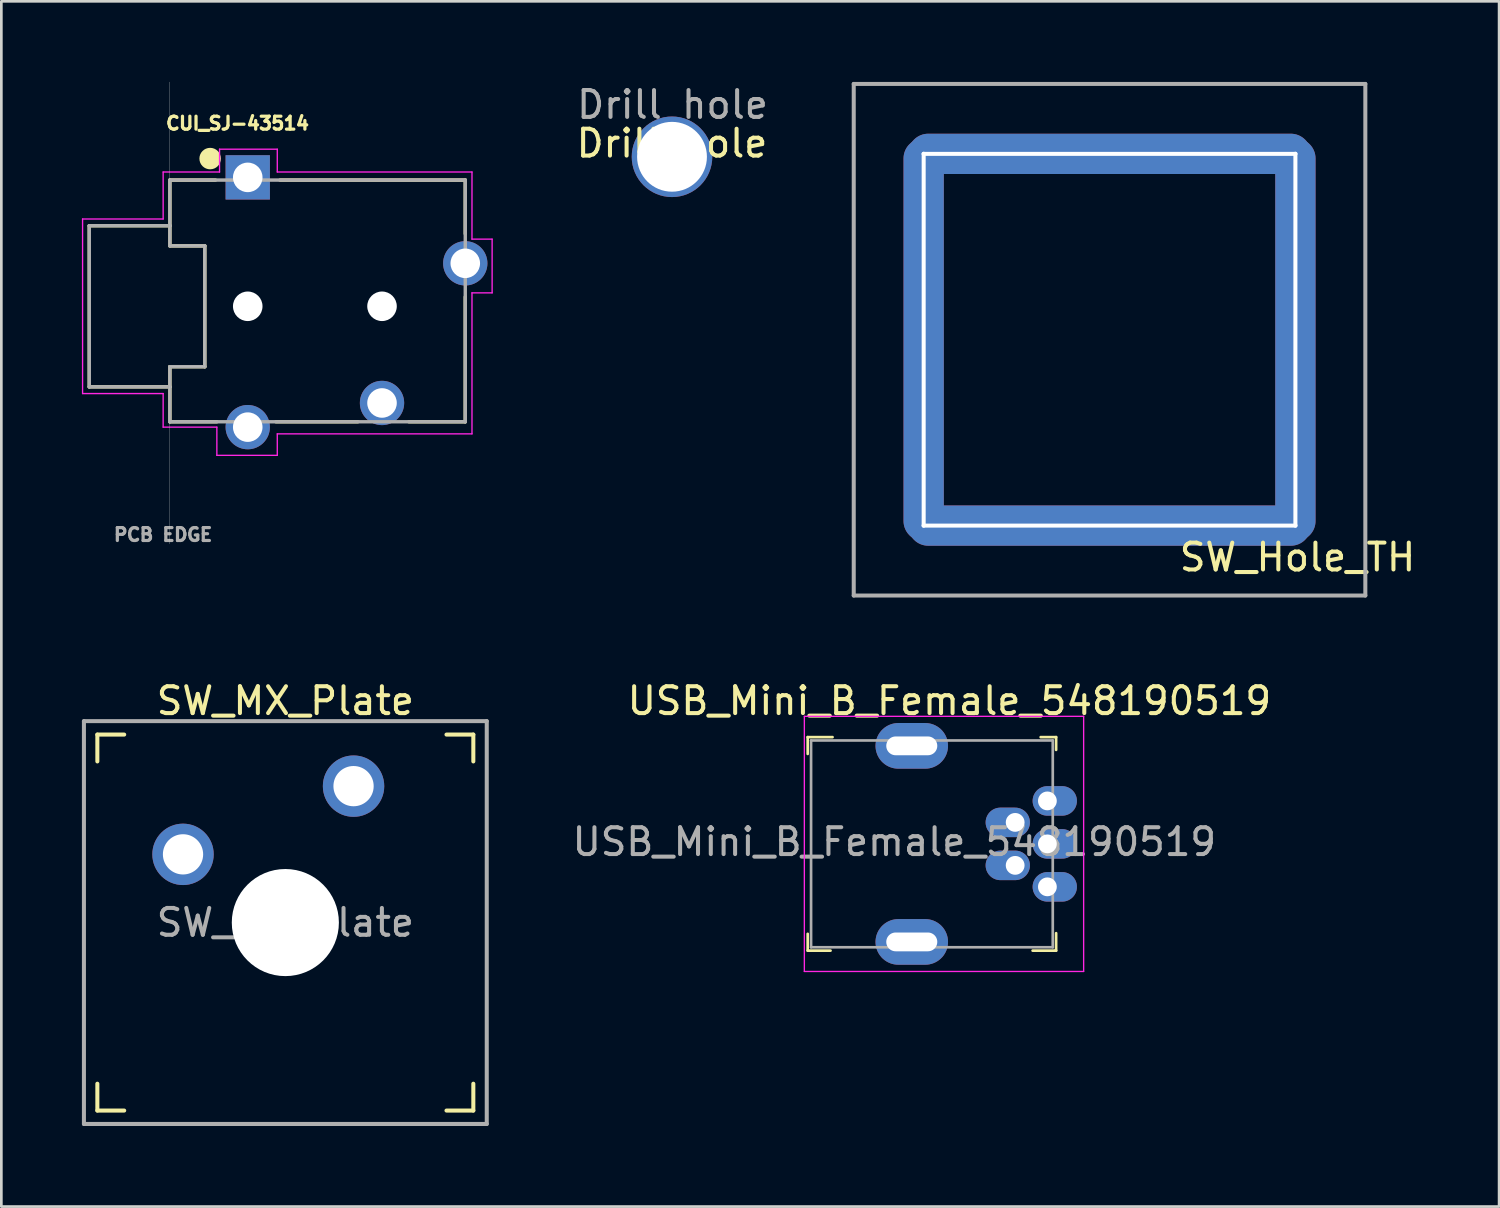
<source format=kicad_pcb>
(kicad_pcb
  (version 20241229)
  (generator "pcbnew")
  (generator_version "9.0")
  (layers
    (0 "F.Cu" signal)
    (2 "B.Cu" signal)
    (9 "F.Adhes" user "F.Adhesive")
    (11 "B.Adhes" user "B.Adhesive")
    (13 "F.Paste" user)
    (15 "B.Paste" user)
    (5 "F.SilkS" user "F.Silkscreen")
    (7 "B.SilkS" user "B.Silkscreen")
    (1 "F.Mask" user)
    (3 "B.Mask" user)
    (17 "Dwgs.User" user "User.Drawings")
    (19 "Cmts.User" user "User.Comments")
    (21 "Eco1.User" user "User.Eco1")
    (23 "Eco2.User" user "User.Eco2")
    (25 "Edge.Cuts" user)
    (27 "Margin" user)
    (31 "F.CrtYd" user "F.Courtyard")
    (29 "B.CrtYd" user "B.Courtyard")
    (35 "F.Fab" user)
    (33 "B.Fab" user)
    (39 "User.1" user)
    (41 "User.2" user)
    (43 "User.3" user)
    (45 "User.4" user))
  (footprint "SW_Hole_TH"
    (layer "F.Cu")
    (at 38.265 9.6)
    (property "Reference" "SW_Hole_TH" (at 7 8.1 0) (layer "F.SilkS") (effects (font (size 1 1) (thickness 0.15))))
    (attr through_hole)
    (fp_line (start -9.525 -9.525) (end -9.525 9.525) (stroke (width 0.15) (type solid)) (layer "F.Fab"))
    (fp_line (start -9.525 9.525) (end 9.525 9.525) (stroke (width 0.15) (type solid)) (layer "F.Fab"))
    (fp_line (start 9.525 -9.525) (end -9.525 -9.525) (stroke (width 0.15) (type solid)) (layer "F.Fab"))
    (fp_line (start 9.525 9.525) (end 9.525 -9.525) (stroke (width 0.15) (type solid)) (layer "F.Fab"))
    (pad "" np_thru_hole oval (at -6.921 0) (size 1.5 15) (drill oval 0.15 14) (layers "*.Cu"))
    (pad "" np_thru_hole oval (at 0 -6.921 90) (size 1.5 15) (drill oval 0.15 14) (layers "*.Cu"))
    (pad "" np_thru_hole oval (at 0 6.921 90) (size 1.5 15) (drill oval 0.15 14) (layers "*.Cu"))
    (pad "" np_thru_hole oval (at 6.921 0) (size 1.5 15) (drill oval 0.15 14) (layers "*.Cu")))
  (footprint "CUI_SJ-43514"
    (layer "F.Cu")
    (at 8.775 8.355)
    (property "Reference" "CUI_SJ-43514" (at -2.98 -6.813 0) (layer "F.SilkS") (effects (font (size 0.481 0.481) (thickness 0.15))))
    (attr through_hole)
    (fp_line (start -8.5 -3) (end -5.5 -3) (stroke (width 0.127) (type solid)) (layer "F.SilkS"))
    (fp_line (start -8.5 3) (end -8.5 -3) (stroke (width 0.127) (type solid)) (layer "F.SilkS"))
    (fp_line (start -5.5 -4.7) (end -5.5 -3) (stroke (width 0.127) (type solid)) (layer "F.SilkS"))
    (fp_line (start -5.5 -3) (end -5.5 -2.25) (stroke (width 0.127) (type solid)) (layer "F.SilkS"))
    (fp_line (start -5.5 -2.25) (end -4.2 -2.25) (stroke (width 0.127) (type solid)) (layer "F.SilkS"))
    (fp_line (start -5.5 2.25) (end -5.5 3) (stroke (width 0.127) (type solid)) (layer "F.SilkS"))
    (fp_line (start -5.5 3) (end -8.5 3) (stroke (width 0.127) (type solid)) (layer "F.SilkS"))
    (fp_line (start -5.5 3) (end -5.5 4.3) (stroke (width 0.127) (type solid)) (layer "F.SilkS"))
    (fp_line (start -5.5 4.3) (end -3.75 4.3) (stroke (width 0.127) (type solid)) (layer "F.SilkS"))
    (fp_line (start -4.2 -2.25) (end -4.2 2.25) (stroke (width 0.127) (type solid)) (layer "F.SilkS"))
    (fp_line (start -4.2 2.25) (end -5.5 2.25) (stroke (width 0.127) (type solid)) (layer "F.SilkS"))
    (fp_line (start -3.8 -4.7) (end -5.5 -4.7) (stroke (width 0.127) (type solid)) (layer "F.SilkS"))
    (fp_line (start -1.4 -4.7) (end 5.5 -4.7) (stroke (width 0.127) (type solid)) (layer "F.SilkS"))
    (fp_line (start 1.5 4.3) (end -1.55 4.3) (stroke (width 0.127) (type solid)) (layer "F.SilkS"))
    (fp_line (start 5.5 -4.7) (end 5.5 -2.7) (stroke (width 0.127) (type solid)) (layer "F.SilkS"))
    (fp_line (start 5.5 -0.35) (end 5.5 4.3) (stroke (width 0.127) (type solid)) (layer "F.SilkS"))
    (fp_line (start 5.5 4.3) (end 3.4 4.3) (stroke (width 0.127) (type solid)) (layer "F.SilkS"))
    (fp_circle (center -4 -5.5) (end -3.8 -5.5) (stroke (width 0.4) (type solid)) (fill no) (layer "F.SilkS"))
    (fp_line (start -5.5 -8.35) (end -5.5 -2.25) (stroke (width 0.01) (type solid)) (layer "Edge.Cuts"))
    (fp_line (start -5.5 -2.25) (end -4.2 -2.25) (stroke (width 0.01) (type solid)) (layer "Edge.Cuts"))
    (fp_line (start -5.5 2.25) (end -5.5 8.85) (stroke (width 0.01) (type solid)) (layer "Edge.Cuts"))
    (fp_line (start -4.2 -2.25) (end -4.2 2.25) (stroke (width 0.01) (type solid)) (layer "Edge.Cuts"))
    (fp_line (start -4.2 2.25) (end -5.5 2.25) (stroke (width 0.01) (type solid)) (layer "Edge.Cuts"))
    (fp_line (start -8.75 -3.25) (end -5.75 -3.25) (stroke (width 0.05) (type solid)) (layer "F.CrtYd"))
    (fp_line (start -8.75 3.25) (end -8.75 -3.25) (stroke (width 0.05) (type solid)) (layer "F.CrtYd"))
    (fp_line (start -5.75 -5) (end -3.65 -5) (stroke (width 0.05) (type solid)) (layer "F.CrtYd"))
    (fp_line (start -5.75 -3.25) (end -5.75 -5) (stroke (width 0.05) (type solid)) (layer "F.CrtYd"))
    (fp_line (start -5.75 3.25) (end -8.75 3.25) (stroke (width 0.05) (type solid)) (layer "F.CrtYd"))
    (fp_line (start -5.75 4.5) (end -5.75 3.25) (stroke (width 0.05) (type solid)) (layer "F.CrtYd"))
    (fp_line (start -3.75 4.5) (end -5.75 4.5) (stroke (width 0.05) (type solid)) (layer "F.CrtYd"))
    (fp_line (start -3.75 5.55) (end -3.75 4.5) (stroke (width 0.05) (type solid)) (layer "F.CrtYd"))
    (fp_line (start -3.65 -5.85) (end -1.5 -5.85) (stroke (width 0.05) (type solid)) (layer "F.CrtYd"))
    (fp_line (start -3.65 -5) (end -3.65 -5.85) (stroke (width 0.05) (type solid)) (layer "F.CrtYd"))
    (fp_line (start -1.5 -5.85) (end -1.5 -5) (stroke (width 0.05) (type solid)) (layer "F.CrtYd"))
    (fp_line (start -1.5 -5) (end 5.75 -5) (stroke (width 0.05) (type solid)) (layer "F.CrtYd"))
    (fp_line (start -1.5 4.75) (end -1.5 5.55) (stroke (width 0.05) (type solid)) (layer "F.CrtYd"))
    (fp_line (start -1.5 5.55) (end -3.75 5.55) (stroke (width 0.05) (type solid)) (layer "F.CrtYd"))
    (fp_line (start 5.75 -5) (end 5.75 -2.5) (stroke (width 0.05) (type solid)) (layer "F.CrtYd"))
    (fp_line (start 5.75 -2.5) (end 6.5 -2.5) (stroke (width 0.05) (type solid)) (layer "F.CrtYd"))
    (fp_line (start 5.75 -0.5) (end 5.75 4.75) (stroke (width 0.05) (type solid)) (layer "F.CrtYd"))
    (fp_line (start 5.75 4.75) (end -1.5 4.75) (stroke (width 0.05) (type solid)) (layer "F.CrtYd"))
    (fp_line (start 6.5 -2.5) (end 6.5 -0.5) (stroke (width 0.05) (type solid)) (layer "F.CrtYd"))
    (fp_line (start 6.5 -0.5) (end 5.75 -0.5) (stroke (width 0.05) (type solid)) (layer "F.CrtYd"))
    (fp_line (start -8.5 -3) (end -8.5 3) (stroke (width 0.127) (type solid)) (layer "F.Fab"))
    (fp_line (start -8.5 3) (end -5.5 3) (stroke (width 0.127) (type solid)) (layer "F.Fab"))
    (fp_line (start -5.5 -4.7) (end -5.5 -3) (stroke (width 0.127) (type solid)) (layer "F.Fab"))
    (fp_line (start -5.5 -4.7) (end 5.5 -4.7) (stroke (width 0.127) (type solid)) (layer "F.Fab"))
    (fp_line (start -5.5 -3) (end -8.5 -3) (stroke (width 0.127) (type solid)) (layer "F.Fab"))
    (fp_line (start -5.5 -3) (end -5.5 -2.25) (stroke (width 0.127) (type solid)) (layer "F.Fab"))
    (fp_line (start -5.5 -2.25) (end -4.2 -2.25) (stroke (width 0.127) (type solid)) (layer "F.Fab"))
    (fp_line (start -5.5 2.25) (end -5.5 3) (stroke (width 0.127) (type solid)) (layer "F.Fab"))
    (fp_line (start -5.5 3) (end -5.5 4.3) (stroke (width 0.127) (type solid)) (layer "F.Fab"))
    (fp_line (start -5.5 4.3) (end 5.5 4.3) (stroke (width 0.127) (type solid)) (layer "F.Fab"))
    (fp_line (start -4.2 -2.25) (end -4.2 2.25) (stroke (width 0.127) (type solid)) (layer "F.Fab"))
    (fp_line (start -4.2 2.25) (end -5.5 2.25) (stroke (width 0.127) (type solid)) (layer "F.Fab"))
    (fp_line (start 5.5 -4.7) (end 5.5 4.3) (stroke (width 0.127) (type solid)) (layer "F.Fab"))
    (fp_text user "PCB EDGE" (at -5.753 8.505 0) (layer "F.Fab") (effects (font (size 0.48 0.48) (thickness 0.15))))
    (pad "" np_thru_hole circle (at -2.6 0) (size 1.1 1.1) (drill 1.1) (layers "*.Cu" "*.Mask"))
    (pad "" np_thru_hole circle (at 2.4 0) (size 1.1 1.1) (drill 1.1) (layers "*.Cu" "*.Mask"))
    (pad "1" thru_hole rect (at -2.6 -4.8) (size 1.65 1.65) (drill 1.1) (layers "*.Cu" "*.Mask"))
    (pad "2" thru_hole circle (at 2.4 3.6) (size 1.65 1.65) (drill 1.1) (layers "*.Cu" "*.Mask"))
    (pad "3" thru_hole circle (at 5.5 -1.6) (size 1.65 1.65) (drill 1.1) (layers "*.Cu" "*.Mask"))
    (pad "4" thru_hole circle (at -2.6 4.5) (size 1.65 1.65) (drill 1.1) (layers "*.Cu" "*.Mask")))
  (footprint "USB_Mini_B_Female_548190519"
    (layer "F.Cu")
    (at 35.951 28.373)
    (property "Reference" "USB_Mini_B_Female_548190519" (at -3.65 -5.325 0) (layer "F.SilkS") (effects (font (size 1 1) (thickness 0.15))))
    (attr through_hole)
    (fp_line (start -8.925 -3.975) (end -8.925 -3.35) (stroke (width 0.1) (type solid)) (layer "F.SilkS"))
    (fp_line (start -8.925 3.975) (end -8.925 3.35) (stroke (width 0.1) (type solid)) (layer "F.SilkS"))
    (fp_line (start -8.075 3.975) (end -8.925 3.975) (stroke (width 0.1) (type solid)) (layer "F.SilkS"))
    (fp_line (start -8 -3.975) (end -8.925 -3.975) (stroke (width 0.1) (type solid)) (layer "F.SilkS"))
    (fp_line (start -0.55 3.975) (end 0.3 3.975) (stroke (width 0.1) (type solid)) (layer "F.SilkS"))
    (fp_line (start -0.25 -3.975) (end 0.325 -3.975) (stroke (width 0.1) (type solid)) (layer "F.SilkS"))
    (fp_line (start 0.325 -3.975) (end 0.325 -3.5) (stroke (width 0.1) (type solid)) (layer "F.SilkS"))
    (fp_line (start 0.325 3.325) (end 0.325 3.975) (stroke (width 0.1) (type solid)) (layer "F.SilkS"))
    (fp_line (start 0.325 3.975) (end 0.3 3.975) (stroke (width 0.1) (type solid)) (layer "F.SilkS"))
    (fp_line (start -9.05 -4.75) (end -9.05 4.75) (stroke (width 0.05) (type solid)) (layer "F.CrtYd"))
    (fp_line (start -9.05 -4.75) (end 1.35 -4.75) (stroke (width 0.05) (type solid)) (layer "F.CrtYd"))
    (fp_line (start -9.05 4.75) (end 1.35 4.75) (stroke (width 0.05) (type solid)) (layer "F.CrtYd"))
    (fp_line (start 1.35 -4.75) (end 1.35 4.75) (stroke (width 0.05) (type solid)) (layer "F.CrtYd"))
    (fp_line (start -8.8 -3.85) (end -8.8 3.85) (stroke (width 0.1) (type solid)) (layer "F.Fab"))
    (fp_line (start -8.8 -3.85) (end 0.2 -3.85) (stroke (width 0.1) (type solid)) (layer "F.Fab"))
    (fp_line (start -8.8 3.85) (end 0.2 3.85) (stroke (width 0.1) (type solid)) (layer "F.Fab"))
    (fp_line (start 0.2 -3.85) (end 0.2 3.85) (stroke (width 0.1) (type solid)) (layer "F.Fab"))
    (fp_text user "${REFERENCE}" (at -5.7 -0.075 0) (layer "F.Fab") (effects (font (size 1 1) (thickness 0.15))))
    (pad "1" thru_hole oval (at 0 -1.6) (size 1.65 1.1) (drill 0.7 (offset 0.275 0)) (layers "*.Cu" "*.Mask"))
    (pad "2" thru_hole oval (at -1.2 -0.8) (size 1.65 1.1) (drill 0.7 (offset -0.275 0)) (layers "*.Cu" "*.Mask"))
    (pad "3" thru_hole oval (at 0 0) (size 1.65 1.1) (drill 0.7 (offset 0.275 0)) (layers "*.Cu" "*.Mask"))
    (pad "4" thru_hole oval (at -1.2 0.8) (size 1.65 1.1) (drill 0.7 (offset -0.275 0)) (layers "*.Cu" "*.Mask"))
    (pad "5" thru_hole oval (at 0 1.6) (size 1.65 1.1) (drill 0.7 (offset 0.275 0)) (layers "*.Cu" "*.Mask"))
    (pad "SH" thru_hole oval (at -5.05 -3.65) (size 2.7 1.7) (drill oval 1.9 0.7) (layers "*.Cu" "*.Mask"))
    (pad "SH" thru_hole oval (at -5.05 3.65) (size 2.7 1.7) (drill oval 1.9 0.7) (layers "*.Cu" "*.Mask")))
  (footprint "Drill hole"
    (layer "F.Cu")
    (at 21.973 2.788)
    (property "Reference" "Drill hole" (at 0 -0.5 0) (unlocked yes) (layer "F.SilkS") (effects (font (size 1 1) (thickness 0.15))))
    (attr through_hole)
    (fp_text user "${REFERENCE}" (at 0.02 -1.94 0) (unlocked yes) (layer "F.Fab") (effects (font (size 1 1) (thickness 0.15))))
    (pad "" thru_hole circle (at 0 0) (size 3 3) (drill 2.6) (layers "*.Cu" "*.Mask")))
  (footprint "SW_MX_Plate"
    (layer "F.Cu")
    (at 7.575 31.303)
    (property "Reference" "SW_MX_Plate" (at 0 -8.255 0) (layer "F.SilkS") (effects (font (size 1 1) (thickness 0.15))))
    (attr through_hole)
    (fp_line (start -7 -6) (end -7 -7) (stroke (width 0.15) (type solid)) (layer "F.SilkS"))
    (fp_line (start -7 7) (end -7 6) (stroke (width 0.15) (type solid)) (layer "F.SilkS"))
    (fp_line (start -7 7) (end -6 7) (stroke (width 0.15) (type solid)) (layer "F.SilkS"))
    (fp_line (start -6 -7) (end -7 -7) (stroke (width 0.15) (type solid)) (layer "F.SilkS"))
    (fp_line (start 6 7) (end 7 7) (stroke (width 0.15) (type solid)) (layer "F.SilkS"))
    (fp_line (start 7 -7) (end 6 -7) (stroke (width 0.15) (type solid)) (layer "F.SilkS"))
    (fp_line (start 7 -7) (end 7 -6) (stroke (width 0.15) (type solid)) (layer "F.SilkS"))
    (fp_line (start 7 6) (end 7 7) (stroke (width 0.15) (type solid)) (layer "F.SilkS"))
    (fp_line (start -6.9 6.9) (end -6.9 -6.9) (stroke (width 0.15) (type solid)) (layer "Eco2.User"))
    (fp_line (start -6.9 6.9) (end 6.9 6.9) (stroke (width 0.15) (type solid)) (layer "Eco2.User"))
    (fp_line (start 6.9 -6.9) (end -6.9 -6.9) (stroke (width 0.15) (type solid)) (layer "Eco2.User"))
    (fp_line (start 6.9 -6.9) (end 6.9 6.9) (stroke (width 0.15) (type solid)) (layer "Eco2.User"))
    (fp_line (start -7.5 -7.5) (end 7.5 -7.5) (stroke (width 0.15) (type solid)) (layer "F.Fab"))
    (fp_line (start -7.5 7.5) (end -7.5 -7.5) (stroke (width 0.15) (type solid)) (layer "F.Fab"))
    (fp_line (start 7.5 -7.5) (end 7.5 7.5) (stroke (width 0.15) (type solid)) (layer "F.Fab"))
    (fp_line (start 7.5 7.5) (end -7.5 7.5) (stroke (width 0.15) (type solid)) (layer "F.Fab"))
    (fp_text user "${REFERENCE}" (at 0 0 0) (layer "F.Fab") (effects (font (size 1 1) (thickness 0.15))))
    (pad "" np_thru_hole circle (at 0 0) (size 3.988 3.988) (drill 3.988) (layers "*.Cu" "*.Mask"))
    (pad "1" thru_hole circle (at 2.54 -5.08) (size 2.286 2.286) (drill 1.499) (layers "*.Cu" "*.Mask"))
    (pad "2" thru_hole circle (at -3.81 -2.54) (size 2.286 2.286) (drill 1.499) (layers "*.Cu" "*.Mask")))
  (gr_rect
    (start -3 -3)
    (end 52.771 41.878)
    (stroke (width 0.1) (type default))
    (fill no)
    (layer "Edge.Cuts")))
</source>
